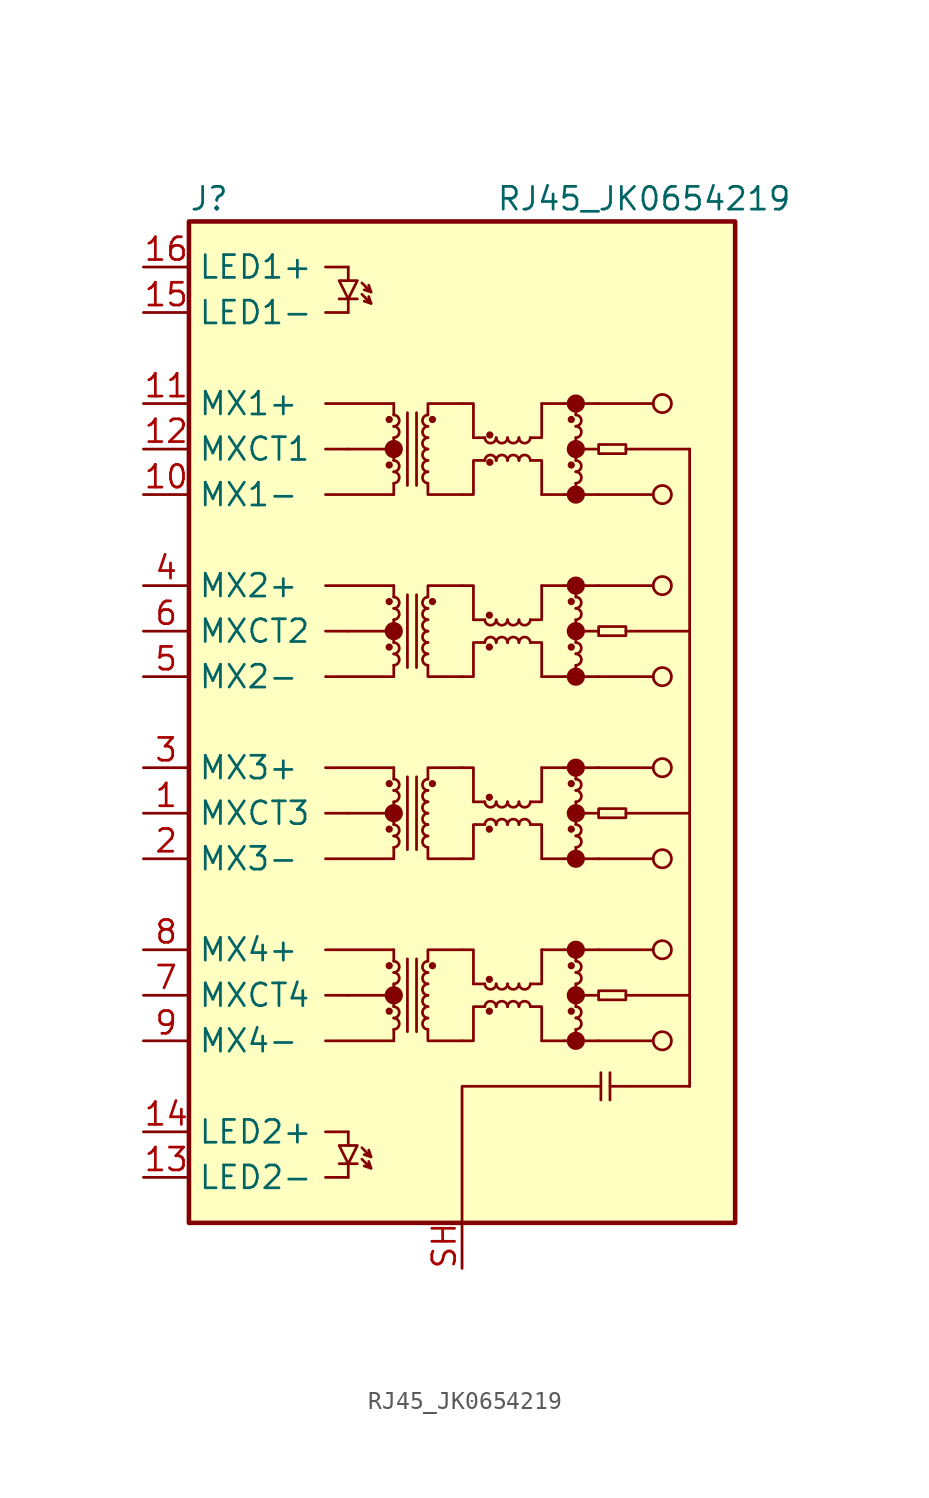
<source format=kicad_sym>
(kicad_symbol_lib
  (version 20241209)
  (generator "kicad_symbol_editor")
  (generator_version "9.0")
  (symbol "RJ45_JK0654219"
    (property "Reference" "J"
      (at -15.24 29.21 0)
      (effects (font (size 1.27 1.27)) (justify left)))
    (property "Value" "RJ45_JK0654219"
      (at 10.16 29.21 0)
      (effects (font (size 1.27 1.27))))
    (symbol "RJ45_JK0654219_0_0"
      (circle (center -3.81 15.24) (radius 0.0001) (stroke (width 0.508) (type default)) (fill (type none)))
      (circle (center -3.81 5.08) (radius 0.0001) (stroke (width 0.508) (type default)) (fill (type none)))
      (circle (center -3.81 -5.08) (radius 0.0001) (stroke (width 0.508) (type default)) (fill (type none)))
      (circle (center -3.81 -15.24) (radius 0.0001) (stroke (width 0.508) (type default)) (fill (type none)))
      (circle (center 6.35 17.78) (radius 0.0001) (stroke (width 0.508) (type default)) (fill (type none)))
      (circle (center 6.35 15.24) (radius 0.0001) (stroke (width 0.508) (type default)) (fill (type none)))
      (circle (center 6.35 12.7) (radius 0.0001) (stroke (width 0.508) (type default)) (fill (type none)))
      (circle (center 6.35 7.62) (radius 0.0001) (stroke (width 0.508) (type default)) (fill (type none)))
      (circle (center 6.35 5.08) (radius 0.0001) (stroke (width 0.508) (type default)) (fill (type none)))
      (circle (center 6.35 2.54) (radius 0.0001) (stroke (width 0.508) (type default)) (fill (type none)))
      (circle (center 6.35 -2.54) (radius 0.0001) (stroke (width 0.508) (type default)) (fill (type none)))
      (circle (center 6.35 -5.08) (radius 0.0001) (stroke (width 0.508) (type default)) (fill (type none)))
      (circle (center 6.35 -7.62) (radius 0.0001) (stroke (width 0.508) (type default)) (fill (type none)))
      (circle (center 6.35 -12.7) (radius 0.0001) (stroke (width 0.508) (type default)) (fill (type none)))
      (circle (center 6.35 -15.24) (radius 0.0001) (stroke (width 0.508) (type default)) (fill (type none)))
      (circle (center 6.35 -17.78) (radius 0.0001) (stroke (width 0.508) (type default)) (fill (type none))))
    (symbol "RJ45_JK0654219_0_1"
      (rectangle (start -15.24 27.94) (end 15.24 -27.94) (stroke (width 0.254) (type default)) (fill (type background)))
      (polyline (pts (xy -7.62 17.78) (xy -3.81 17.78)) (stroke (width 0) (type default)) (fill (type none)))
      (polyline (pts (xy -7.62 15.24) (xy -6.35 15.24)) (stroke (width 0) (type default)) (fill (type none)))
      (polyline (pts (xy -7.62 12.7) (xy -3.81 12.7)) (stroke (width 0) (type default)) (fill (type none)))
      (polyline (pts (xy -7.62 7.62) (xy -3.81 7.62)) (stroke (width 0) (type default)) (fill (type none)))
      (polyline (pts (xy -7.62 5.08) (xy -6.35 5.08)) (stroke (width 0) (type default)) (fill (type none)))
      (polyline (pts (xy -7.62 2.54) (xy -3.81 2.54)) (stroke (width 0) (type default)) (fill (type none)))
      (polyline (pts (xy -7.62 -2.54) (xy -3.81 -2.54)) (stroke (width 0) (type default)) (fill (type none)))
      (polyline (pts (xy -7.62 -5.08) (xy -6.35 -5.08)) (stroke (width 0) (type default)) (fill (type none)))
      (polyline (pts (xy -7.62 -7.62) (xy -3.81 -7.62)) (stroke (width 0) (type default)) (fill (type none)))
      (polyline (pts (xy -7.62 -12.7) (xy -3.81 -12.7)) (stroke (width 0) (type default)) (fill (type none)))
      (polyline (pts (xy -7.62 -15.24) (xy -6.35 -15.24)) (stroke (width 0) (type default)) (fill (type none)))
      (polyline (pts (xy -7.62 -17.78) (xy -3.81 -17.78)) (stroke (width 0) (type default)) (fill (type none)))
      (polyline (pts (xy -6.35 15.24) (xy -3.81 15.24)) (stroke (width 0) (type default)) (fill (type none)))
      (polyline (pts (xy -6.35 5.08) (xy -3.81 5.08)) (stroke (width 0) (type default)) (fill (type none)))
      (polyline (pts (xy -6.35 -5.08) (xy -3.81 -5.08)) (stroke (width 0) (type default)) (fill (type none)))
      (polyline (pts (xy -6.35 -15.24) (xy -3.81 -15.24)) (stroke (width 0) (type default)) (fill (type none)))
      (circle (center -4.064 16.891) (radius 0.127) (stroke (width 0) (type default)) (fill (type outline)))
      (circle (center -4.064 14.351) (radius 0.127) (stroke (width 0) (type default)) (fill (type outline)))
      (circle (center -4.064 6.731) (radius 0.127) (stroke (width 0) (type default)) (fill (type outline)))
      (circle (center -4.064 4.191) (radius 0.127) (stroke (width 0) (type default)) (fill (type outline)))
      (circle (center -4.064 -3.429) (radius 0.127) (stroke (width 0) (type default)) (fill (type outline)))
      (circle (center -4.064 -5.969) (radius 0.127) (stroke (width 0) (type default)) (fill (type outline)))
      (circle (center -4.064 -13.589) (radius 0.127) (stroke (width 0) (type default)) (fill (type outline)))
      (circle (center -4.064 -16.129) (radius 0.127) (stroke (width 0) (type default)) (fill (type outline)))
      (arc (start -3.81 17.145) (mid -3.5049 16.8275) (end -3.81 16.51) (stroke (width 0) (type default)) (fill (type none)))
      (arc (start -3.81 16.51) (mid -3.5049 16.1925) (end -3.81 15.875) (stroke (width 0) (type default)) (fill (type none)))
      (arc (start -3.81 14.605) (mid -3.5049 14.2875) (end -3.81 13.97) (stroke (width 0) (type default)) (fill (type none)))
      (arc (start -3.81 13.97) (mid -3.5049 13.6525) (end -3.81 13.335) (stroke (width 0) (type default)) (fill (type none)))
      (arc (start -3.81 6.985) (mid -3.5049 6.6675) (end -3.81 6.35) (stroke (width 0) (type default)) (fill (type none)))
      (arc (start -3.81 6.35) (mid -3.5049 6.0325) (end -3.81 5.715) (stroke (width 0) (type default)) (fill (type none)))
      (arc (start -3.81 4.445) (mid -3.5049 4.1275) (end -3.81 3.81) (stroke (width 0) (type default)) (fill (type none)))
      (arc (start -3.81 3.81) (mid -3.5049 3.4925) (end -3.81 3.175) (stroke (width 0) (type default)) (fill (type none)))
      (arc (start -3.81 -3.175) (mid -3.5049 -3.4925) (end -3.81 -3.81) (stroke (width 0) (type default)) (fill (type none)))
      (arc (start -3.81 -3.81) (mid -3.5049 -4.1275) (end -3.81 -4.445) (stroke (width 0) (type default)) (fill (type none)))
      (arc (start -3.81 -5.715) (mid -3.5049 -6.0325) (end -3.81 -6.35) (stroke (width 0) (type default)) (fill (type none)))
      (arc (start -3.81 -6.35) (mid -3.5049 -6.6675) (end -3.81 -6.985) (stroke (width 0) (type default)) (fill (type none)))
      (arc (start -3.81 -13.335) (mid -3.5049 -13.6525) (end -3.81 -13.97) (stroke (width 0) (type default)) (fill (type none)))
      (arc (start -3.81 -13.97) (mid -3.5049 -14.2875) (end -3.81 -14.605) (stroke (width 0) (type default)) (fill (type none)))
      (arc (start -3.81 -15.875) (mid -3.5049 -16.1925) (end -3.81 -16.51) (stroke (width 0) (type default)) (fill (type none)))
      (arc (start -3.81 -16.51) (mid -3.5049 -16.8275) (end -3.81 -17.145) (stroke (width 0) (type default)) (fill (type none)))
      (polyline (pts (xy -3.81 17.78) (xy -3.81 17.145)) (stroke (width 0) (type default)) (fill (type none)))
      (polyline (pts (xy -3.81 15.24) (xy -3.81 15.875)) (stroke (width 0) (type default)) (fill (type none)))
      (polyline (pts (xy -3.81 15.24) (xy -3.81 14.605)) (stroke (width 0) (type default)) (fill (type none)))
      (polyline (pts (xy -3.81 12.7) (xy -3.81 13.335)) (stroke (width 0) (type default)) (fill (type none)))
      (polyline (pts (xy -3.81 7.62) (xy -3.81 6.985)) (stroke (width 0) (type default)) (fill (type none)))
      (polyline (pts (xy -3.81 5.08) (xy -3.81 5.715)) (stroke (width 0) (type default)) (fill (type none)))
      (polyline (pts (xy -3.81 5.08) (xy -3.81 4.445)) (stroke (width 0) (type default)) (fill (type none)))
      (polyline (pts (xy -3.81 2.54) (xy -3.81 3.175)) (stroke (width 0) (type default)) (fill (type none)))
      (polyline (pts (xy -3.81 -2.54) (xy -3.81 -3.175)) (stroke (width 0) (type default)) (fill (type none)))
      (polyline (pts (xy -3.81 -5.08) (xy -3.81 -4.445)) (stroke (width 0) (type default)) (fill (type none)))
      (polyline (pts (xy -3.81 -5.08) (xy -3.81 -5.715)) (stroke (width 0) (type default)) (fill (type none)))
      (polyline (pts (xy -3.81 -7.62) (xy -3.81 -6.985)) (stroke (width 0) (type default)) (fill (type none)))
      (polyline (pts (xy -3.81 -12.7) (xy -3.81 -13.335)) (stroke (width 0) (type default)) (fill (type none)))
      (polyline (pts (xy -3.81 -15.24) (xy -3.81 -14.605)) (stroke (width 0) (type default)) (fill (type none)))
      (polyline (pts (xy -3.81 -15.24) (xy -3.81 -15.875)) (stroke (width 0) (type default)) (fill (type none)))
      (polyline (pts (xy -3.81 -17.78) (xy -3.81 -17.145)) (stroke (width 0) (type default)) (fill (type none)))
      (polyline (pts (xy -3.048 13.208) (xy -3.048 17.272)) (stroke (width 0) (type default)) (fill (type none)))
      (polyline (pts (xy -3.048 3.048) (xy -3.048 7.112)) (stroke (width 0) (type default)) (fill (type none)))
      (polyline (pts (xy -3.048 -7.112) (xy -3.048 -3.048)) (stroke (width 0) (type default)) (fill (type none)))
      (polyline (pts (xy -3.048 -17.272) (xy -3.048 -13.208)) (stroke (width 0) (type default)) (fill (type none)))
      (polyline (pts (xy -2.54 13.208) (xy -2.54 17.272)) (stroke (width 0) (type default)) (fill (type none)))
      (polyline (pts (xy -2.54 3.048) (xy -2.54 7.112)) (stroke (width 0) (type default)) (fill (type none)))
      (polyline (pts (xy -2.54 -7.112) (xy -2.54 -3.048)) (stroke (width 0) (type default)) (fill (type none)))
      (polyline (pts (xy -2.54 -17.272) (xy -2.54 -13.208)) (stroke (width 0) (type default)) (fill (type none)))
      (polyline (pts (xy -1.905 17.145) (xy -1.905 17.78) (xy 0 17.78)) (stroke (width 0) (type default)) (fill (type none)))
      (polyline (pts (xy -1.905 13.335) (xy -1.905 12.7) (xy 0 12.7)) (stroke (width 0) (type default)) (fill (type none)))
      (polyline (pts (xy -1.905 6.985) (xy -1.905 7.62) (xy 0 7.62)) (stroke (width 0) (type default)) (fill (type none)))
      (polyline (pts (xy -1.905 3.175) (xy -1.905 2.54) (xy 0 2.54)) (stroke (width 0) (type default)) (fill (type none)))
      (polyline (pts (xy -1.905 -3.175) (xy -1.905 -2.54) (xy 0 -2.54)) (stroke (width 0) (type default)) (fill (type none)))
      (polyline (pts (xy -1.905 -6.985) (xy -1.905 -7.62) (xy 0 -7.62)) (stroke (width 0) (type default)) (fill (type none)))
      (polyline (pts (xy -1.905 -13.335) (xy -1.905 -12.7) (xy 0 -12.7)) (stroke (width 0) (type default)) (fill (type none)))
      (polyline (pts (xy -1.905 -17.145) (xy -1.905 -17.78) (xy 0 -17.78)) (stroke (width 0) (type default)) (fill (type none)))
      (arc (start -1.905 16.51) (mid -2.2101 16.8275) (end -1.905 17.145) (stroke (width 0) (type default)) (fill (type none)))
      (arc (start -1.905 15.875) (mid -2.2101 16.1925) (end -1.905 16.51) (stroke (width 0) (type default)) (fill (type none)))
      (arc (start -1.905 15.24) (mid -2.2101 15.5575) (end -1.905 15.875) (stroke (width 0) (type default)) (fill (type none)))
      (arc (start -1.905 14.605) (mid -2.2101 14.9225) (end -1.905 15.24) (stroke (width 0) (type default)) (fill (type none)))
      (arc (start -1.905 13.97) (mid -2.2101 14.2875) (end -1.905 14.605) (stroke (width 0) (type default)) (fill (type none)))
      (arc (start -1.905 13.335) (mid -2.2101 13.6525) (end -1.905 13.97) (stroke (width 0) (type default)) (fill (type none)))
      (arc (start -1.905 6.35) (mid -2.2101 6.6675) (end -1.905 6.985) (stroke (width 0) (type default)) (fill (type none)))
      (arc (start -1.905 5.715) (mid -2.2101 6.0325) (end -1.905 6.35) (stroke (width 0) (type default)) (fill (type none)))
      (arc (start -1.905 5.08) (mid -2.2101 5.3975) (end -1.905 5.715) (stroke (width 0) (type default)) (fill (type none)))
      (arc (start -1.905 4.445) (mid -2.2101 4.7625) (end -1.905 5.08) (stroke (width 0) (type default)) (fill (type none)))
      (arc (start -1.905 3.81) (mid -2.2101 4.1275) (end -1.905 4.445) (stroke (width 0) (type default)) (fill (type none)))
      (arc (start -1.905 3.175) (mid -2.2101 3.4925) (end -1.905 3.81) (stroke (width 0) (type default)) (fill (type none)))
      (arc (start -1.905 -3.81) (mid -2.2101 -3.4925) (end -1.905 -3.175) (stroke (width 0) (type default)) (fill (type none)))
      (arc (start -1.905 -4.445) (mid -2.2101 -4.1275) (end -1.905 -3.81) (stroke (width 0) (type default)) (fill (type none)))
      (arc (start -1.905 -5.08) (mid -2.2101 -4.7625) (end -1.905 -4.445) (stroke (width 0) (type default)) (fill (type none)))
      (arc (start -1.905 -5.715) (mid -2.2101 -5.3975) (end -1.905 -5.08) (stroke (width 0) (type default)) (fill (type none)))
      (arc (start -1.905 -6.35) (mid -2.2101 -6.0325) (end -1.905 -5.715) (stroke (width 0) (type default)) (fill (type none)))
      (arc (start -1.905 -6.985) (mid -2.2101 -6.6675) (end -1.905 -6.35) (stroke (width 0) (type default)) (fill (type none)))
      (arc (start -1.905 -13.97) (mid -2.2101 -13.6525) (end -1.905 -13.335) (stroke (width 0) (type default)) (fill (type none)))
      (arc (start -1.905 -14.605) (mid -2.2101 -14.2875) (end -1.905 -13.97) (stroke (width 0) (type default)) (fill (type none)))
      (arc (start -1.905 -15.24) (mid -2.2101 -14.9225) (end -1.905 -14.605) (stroke (width 0) (type default)) (fill (type none)))
      (arc (start -1.905 -15.875) (mid -2.2101 -15.5575) (end -1.905 -15.24) (stroke (width 0) (type default)) (fill (type none)))
      (arc (start -1.905 -16.51) (mid -2.2101 -16.1925) (end -1.905 -15.875) (stroke (width 0) (type default)) (fill (type none)))
      (arc (start -1.905 -17.145) (mid -2.2101 -16.8275) (end -1.905 -16.51) (stroke (width 0) (type default)) (fill (type none)))
      (circle (center -1.651 16.891) (radius 0.127) (stroke (width 0) (type default)) (fill (type outline)))
      (circle (center -1.651 6.731) (radius 0.127) (stroke (width 0) (type default)) (fill (type outline)))
      (circle (center -1.651 -3.429) (radius 0.127) (stroke (width 0) (type default)) (fill (type outline)))
      (circle (center -1.651 -13.589) (radius 0.127) (stroke (width 0) (type default)) (fill (type outline)))
      (polyline (pts (xy 0 17.78) (xy 0.635 17.78) (xy 0.635 15.875)) (stroke (width 0) (type default)) (fill (type none)))
      (polyline (pts (xy 0 12.7) (xy 0.635 12.7) (xy 0.635 14.605) (xy 1.27 14.605)) (stroke (width 0) (type default)) (fill (type none)))
      (polyline (pts (xy 0 7.62) (xy 0.635 7.62) (xy 0.635 5.715)) (stroke (width 0) (type default)) (fill (type none)))
      (polyline (pts (xy 0 2.54) (xy 0.635 2.54) (xy 0.635 4.445) (xy 1.27 4.445)) (stroke (width 0) (type default)) (fill (type none)))
      (polyline (pts (xy 0 -2.54) (xy 0.635 -2.54) (xy 0.635 -4.445)) (stroke (width 0) (type default)) (fill (type none)))
      (polyline (pts (xy 0 -7.62) (xy 0.635 -7.62) (xy 0.635 -5.715) (xy 1.27 -5.715)) (stroke (width 0) (type default)) (fill (type none)))
      (polyline (pts (xy 0 -12.7) (xy 0.635 -12.7) (xy 0.635 -14.605)) (stroke (width 0) (type default)) (fill (type none)))
      (polyline (pts (xy 0 -17.78) (xy 0.635 -17.78) (xy 0.635 -15.875) (xy 1.27 -15.875)) (stroke (width 0) (type default)) (fill (type none)))
      (polyline (pts (xy 0.635 15.875) (xy 1.27 15.875)) (stroke (width 0) (type default)) (fill (type none)))
      (polyline (pts (xy 0.635 5.715) (xy 1.27 5.715)) (stroke (width 0) (type default)) (fill (type none)))
      (polyline (pts (xy 0.635 -4.445) (xy 1.27 -4.445)) (stroke (width 0) (type default)) (fill (type none)))
      (polyline (pts (xy 0.635 -14.605) (xy 1.27 -14.605)) (stroke (width 0) (type default)) (fill (type none)))
      (circle (center 1.524 5.969) (radius 0.127) (stroke (width 0) (type default)) (fill (type outline)))
      (circle (center 1.524 4.191) (radius 0.127) (stroke (width 0) (type default)) (fill (type outline)))
      (circle (center 1.524 -4.191) (radius 0.127) (stroke (width 0) (type default)) (fill (type outline)))
      (circle (center 1.524 -5.969) (radius 0.127) (stroke (width 0) (type default)) (fill (type outline)))
      (circle (center 1.524 -14.351) (radius 0.127) (stroke (width 0) (type default)) (fill (type outline)))
      (circle (center 1.524 -16.129) (radius 0.127) (stroke (width 0) (type default)) (fill (type outline)))
      (circle (center 1.549 16.027) (radius 0.127) (stroke (width 0) (type default)) (fill (type outline)))
      (circle (center 1.549 14.503) (radius 0.127) (stroke (width 0) (type default)) (fill (type outline)))
      (arc (start 1.905 15.875) (mid 1.5875 15.5699) (end 1.27 15.875) (stroke (width 0) (type default)) (fill (type none)))
      (arc (start 1.27 14.605) (mid 1.5875 14.9101) (end 1.905 14.605) (stroke (width 0) (type default)) (fill (type none)))
      (arc (start 1.905 5.715) (mid 1.5875 5.4099) (end 1.27 5.715) (stroke (width 0) (type default)) (fill (type none)))
      (arc (start 1.27 4.445) (mid 1.5875 4.7501) (end 1.905 4.445) (stroke (width 0) (type default)) (fill (type none)))
      (arc (start 1.905 -4.445) (mid 1.5875 -4.7501) (end 1.27 -4.445) (stroke (width 0) (type default)) (fill (type none)))
      (arc (start 1.27 -5.715) (mid 1.5875 -5.4099) (end 1.905 -5.715) (stroke (width 0) (type default)) (fill (type none)))
      (arc (start 1.905 -14.605) (mid 1.5875 -14.9101) (end 1.27 -14.605) (stroke (width 0) (type default)) (fill (type none)))
      (arc (start 1.27 -15.875) (mid 1.5875 -15.5699) (end 1.905 -15.875) (stroke (width 0) (type default)) (fill (type none)))
      (arc (start 2.54 15.875) (mid 2.2225 15.5699) (end 1.905 15.875) (stroke (width 0) (type default)) (fill (type none)))
      (arc (start 1.905 14.605) (mid 2.2225 14.9101) (end 2.54 14.605) (stroke (width 0) (type default)) (fill (type none)))
      (arc (start 2.54 5.715) (mid 2.2225 5.4099) (end 1.905 5.715) (stroke (width 0) (type default)) (fill (type none)))
      (arc (start 1.905 4.445) (mid 2.2225 4.7501) (end 2.54 4.445) (stroke (width 0) (type default)) (fill (type none)))
      (arc (start 2.54 -4.445) (mid 2.2225 -4.7501) (end 1.905 -4.445) (stroke (width 0) (type default)) (fill (type none)))
      (arc (start 1.905 -5.715) (mid 2.2225 -5.4099) (end 2.54 -5.715) (stroke (width 0) (type default)) (fill (type none)))
      (arc (start 2.54 -14.605) (mid 2.2225 -14.9101) (end 1.905 -14.605) (stroke (width 0) (type default)) (fill (type none)))
      (arc (start 1.905 -15.875) (mid 2.2225 -15.5699) (end 2.54 -15.875) (stroke (width 0) (type default)) (fill (type none)))
      (arc (start 3.175 15.875) (mid 2.8575 15.5699) (end 2.54 15.875) (stroke (width 0) (type default)) (fill (type none)))
      (arc (start 2.54 14.605) (mid 2.8575 14.9101) (end 3.175 14.605) (stroke (width 0) (type default)) (fill (type none)))
      (arc (start 3.175 5.715) (mid 2.8575 5.4099) (end 2.54 5.715) (stroke (width 0) (type default)) (fill (type none)))
      (arc (start 2.54 4.445) (mid 2.8575 4.7501) (end 3.175 4.445) (stroke (width 0) (type default)) (fill (type none)))
      (arc (start 3.175 -4.445) (mid 2.8575 -4.7501) (end 2.54 -4.445) (stroke (width 0) (type default)) (fill (type none)))
      (arc (start 2.54 -5.715) (mid 2.8575 -5.4099) (end 3.175 -5.715) (stroke (width 0) (type default)) (fill (type none)))
      (arc (start 3.175 -14.605) (mid 2.8575 -14.9101) (end 2.54 -14.605) (stroke (width 0) (type default)) (fill (type none)))
      (arc (start 2.54 -15.875) (mid 2.8575 -15.5699) (end 3.175 -15.875) (stroke (width 0) (type default)) (fill (type none)))
      (arc (start 3.81 15.875) (mid 3.4925 15.5699) (end 3.175 15.875) (stroke (width 0) (type default)) (fill (type none)))
      (arc (start 3.175 14.605) (mid 3.4925 14.9101) (end 3.81 14.605) (stroke (width 0) (type default)) (fill (type none)))
      (arc (start 3.81 5.715) (mid 3.4925 5.4099) (end 3.175 5.715) (stroke (width 0) (type default)) (fill (type none)))
      (arc (start 3.175 4.445) (mid 3.4925 4.7501) (end 3.81 4.445) (stroke (width 0) (type default)) (fill (type none)))
      (arc (start 3.81 -4.445) (mid 3.4925 -4.7501) (end 3.175 -4.445) (stroke (width 0) (type default)) (fill (type none)))
      (arc (start 3.175 -5.715) (mid 3.4925 -5.4099) (end 3.81 -5.715) (stroke (width 0) (type default)) (fill (type none)))
      (arc (start 3.81 -14.605) (mid 3.4925 -14.9101) (end 3.175 -14.605) (stroke (width 0) (type default)) (fill (type none)))
      (arc (start 3.175 -15.875) (mid 3.4925 -15.5699) (end 3.81 -15.875) (stroke (width 0) (type default)) (fill (type none)))
      (polyline (pts (xy 3.81 15.875) (xy 4.445 15.875) (xy 4.445 17.78)) (stroke (width 0) (type default)) (fill (type none)))
      (polyline (pts (xy 3.81 14.605) (xy 4.445 14.605) (xy 4.445 12.7)) (stroke (width 0) (type default)) (fill (type none)))
      (polyline (pts (xy 3.81 5.715) (xy 4.445 5.715) (xy 4.445 7.62)) (stroke (width 0) (type default)) (fill (type none)))
      (polyline (pts (xy 3.81 4.445) (xy 4.445 4.445) (xy 4.445 2.54)) (stroke (width 0) (type default)) (fill (type none)))
      (polyline (pts (xy 3.81 -4.445) (xy 4.445 -4.445) (xy 4.445 -2.54)) (stroke (width 0) (type default)) (fill (type none)))
      (polyline (pts (xy 3.81 -5.715) (xy 4.445 -5.715) (xy 4.445 -7.62)) (stroke (width 0) (type default)) (fill (type none)))
      (polyline (pts (xy 3.81 -14.605) (xy 4.445 -14.605) (xy 4.445 -12.7)) (stroke (width 0) (type default)) (fill (type none)))
      (polyline (pts (xy 3.81 -15.875) (xy 4.445 -15.875) (xy 4.445 -17.78)) (stroke (width 0) (type default)) (fill (type none)))
      (polyline (pts (xy 4.445 17.78) (xy 5.715 17.78)) (stroke (width 0) (type default)) (fill (type none)))
      (polyline (pts (xy 4.445 12.7) (xy 5.715 12.7)) (stroke (width 0) (type default)) (fill (type none)))
      (polyline (pts (xy 4.445 7.62) (xy 5.715 7.62)) (stroke (width 0) (type default)) (fill (type none)))
      (polyline (pts (xy 4.445 2.54) (xy 5.715 2.54)) (stroke (width 0) (type default)) (fill (type none)))
      (polyline (pts (xy 4.445 -2.54) (xy 5.715 -2.54)) (stroke (width 0) (type default)) (fill (type none)))
      (polyline (pts (xy 4.445 -7.62) (xy 5.715 -7.62)) (stroke (width 0) (type default)) (fill (type none)))
      (polyline (pts (xy 4.445 -12.7) (xy 5.715 -12.7)) (stroke (width 0) (type default)) (fill (type none)))
      (polyline (pts (xy 4.445 -17.78) (xy 5.715 -17.78)) (stroke (width 0) (type default)) (fill (type none)))
      (polyline (pts (xy 5.715 17.78) (xy 6.35 17.78) (xy 6.35 17.145)) (stroke (width 0) (type default)) (fill (type none)))
      (polyline (pts (xy 5.715 12.7) (xy 6.35 12.7) (xy 6.35 13.335)) (stroke (width 0) (type default)) (fill (type none)))
      (polyline (pts (xy 5.715 7.62) (xy 6.35 7.62) (xy 6.35 6.985)) (stroke (width 0) (type default)) (fill (type none)))
      (polyline (pts (xy 5.715 2.54) (xy 6.35 2.54) (xy 6.35 3.175)) (stroke (width 0) (type default)) (fill (type none)))
      (polyline (pts (xy 5.715 -2.54) (xy 6.35 -2.54) (xy 6.35 -3.175)) (stroke (width 0) (type default)) (fill (type none)))
      (polyline (pts (xy 5.715 -7.62) (xy 6.35 -7.62) (xy 6.35 -6.985)) (stroke (width 0) (type default)) (fill (type none)))
      (polyline (pts (xy 5.715 -12.7) (xy 6.35 -12.7) (xy 6.35 -13.335)) (stroke (width 0) (type default)) (fill (type none)))
      (polyline (pts (xy 5.715 -17.78) (xy 6.35 -17.78) (xy 6.35 -17.145)) (stroke (width 0) (type default)) (fill (type none)))
      (circle (center 6.096 16.891) (radius 0.127) (stroke (width 0) (type default)) (fill (type outline)))
      (circle (center 6.096 14.351) (radius 0.127) (stroke (width 0) (type default)) (fill (type outline)))
      (circle (center 6.096 6.731) (radius 0.127) (stroke (width 0) (type default)) (fill (type outline)))
      (circle (center 6.096 4.191) (radius 0.127) (stroke (width 0) (type default)) (fill (type outline)))
      (circle (center 6.096 -3.429) (radius 0.127) (stroke (width 0) (type default)) (fill (type outline)))
      (circle (center 6.096 -5.969) (radius 0.127) (stroke (width 0) (type default)) (fill (type outline)))
      (circle (center 6.096 -13.589) (radius 0.127) (stroke (width 0) (type default)) (fill (type outline)))
      (circle (center 6.096 -16.129) (radius 0.127) (stroke (width 0) (type default)) (fill (type outline)))
      (arc (start 6.35 17.145) (mid 6.6553 16.827) (end 6.35 16.51) (stroke (width 0) (type default)) (fill (type none)))
      (arc (start 6.35 16.51) (mid 6.6553 16.192) (end 6.35 15.875) (stroke (width 0) (type default)) (fill (type none)))
      (arc (start 6.35 14.605) (mid 6.6553 14.287) (end 6.35 13.97) (stroke (width 0) (type default)) (fill (type none)))
      (arc (start 6.35 13.97) (mid 6.6553 13.652) (end 6.35 13.335) (stroke (width 0) (type default)) (fill (type none)))
      (arc (start 6.35 6.985) (mid 6.6553 6.667) (end 6.35 6.35) (stroke (width 0) (type default)) (fill (type none)))
      (arc (start 6.35 6.35) (mid 6.6553 6.032) (end 6.35 5.715) (stroke (width 0) (type default)) (fill (type none)))
      (arc (start 6.35 4.445) (mid 6.6553 4.127) (end 6.35 3.81) (stroke (width 0) (type default)) (fill (type none)))
      (arc (start 6.35 3.81) (mid 6.6553 3.492) (end 6.35 3.175) (stroke (width 0) (type default)) (fill (type none)))
      (arc (start 6.35 -3.175) (mid 6.6553 -3.493) (end 6.35 -3.81) (stroke (width 0) (type default)) (fill (type none)))
      (arc (start 6.35 -3.81) (mid 6.6553 -4.128) (end 6.35 -4.445) (stroke (width 0) (type default)) (fill (type none)))
      (arc (start 6.35 -5.715) (mid 6.6553 -6.033) (end 6.35 -6.35) (stroke (width 0) (type default)) (fill (type none)))
      (arc (start 6.35 -6.35) (mid 6.6553 -6.668) (end 6.35 -6.985) (stroke (width 0) (type default)) (fill (type none)))
      (arc (start 6.35 -13.335) (mid 6.6553 -13.653) (end 6.35 -13.97) (stroke (width 0) (type default)) (fill (type none)))
      (arc (start 6.35 -13.97) (mid 6.6553 -14.288) (end 6.35 -14.605) (stroke (width 0) (type default)) (fill (type none)))
      (arc (start 6.35 -15.875) (mid 6.6553 -16.193) (end 6.35 -16.51) (stroke (width 0) (type default)) (fill (type none)))
      (arc (start 6.35 -16.51) (mid 6.6553 -16.828) (end 6.35 -17.145) (stroke (width 0) (type default)) (fill (type none)))
      (polyline (pts (xy 6.35 15.24) (xy 6.35 15.875)) (stroke (width 0) (type default)) (fill (type none)))
      (polyline (pts (xy 6.35 15.24) (xy 6.35 14.605)) (stroke (width 0) (type default)) (fill (type none)))
      (polyline (pts (xy 6.35 5.08) (xy 6.35 5.715)) (stroke (width 0) (type default)) (fill (type none)))
      (polyline (pts (xy 6.35 5.08) (xy 6.35 4.445)) (stroke (width 0) (type default)) (fill (type none)))
      (polyline (pts (xy 6.35 -5.08) (xy 6.35 -4.445)) (stroke (width 0) (type default)) (fill (type none)))
      (polyline (pts (xy 6.35 -5.08) (xy 6.35 -5.715)) (stroke (width 0) (type default)) (fill (type none)))
      (polyline (pts (xy 6.35 -15.24) (xy 6.35 -14.605)) (stroke (width 0) (type default)) (fill (type none)))
      (polyline (pts (xy 6.35 -15.24) (xy 6.35 -15.875)) (stroke (width 0) (type default)) (fill (type none)))
      (polyline (pts (xy 7.62 17.78) (xy 6.35 17.78)) (stroke (width 0) (type default)) (fill (type none)))
      (polyline (pts (xy 7.62 17.78) (xy 10.668 17.78)) (stroke (width 0) (type default)) (fill (type none)))
      (rectangle (start 7.62 15.494) (end 9.144 14.986) (stroke (width 0) (type default)) (fill (type none)))
      (polyline (pts (xy 7.62 15.24) (xy 6.35 15.24)) (stroke (width 0) (type default)) (fill (type none)))
      (polyline (pts (xy 7.62 12.7) (xy 6.35 12.7)) (stroke (width 0) (type default)) (fill (type none)))
      (polyline (pts (xy 7.62 12.7) (xy 10.668 12.7)) (stroke (width 0) (type default)) (fill (type none)))
      (polyline (pts (xy 7.62 7.62) (xy 6.35 7.62)) (stroke (width 0) (type default)) (fill (type none)))
      (polyline (pts (xy 7.62 7.62) (xy 10.668 7.62)) (stroke (width 0) (type default)) (fill (type none)))
      (rectangle (start 7.62 5.334) (end 9.144 4.826) (stroke (width 0) (type default)) (fill (type none)))
      (polyline (pts (xy 7.62 5.08) (xy 6.35 5.08)) (stroke (width 0) (type default)) (fill (type none)))
      (polyline (pts (xy 7.62 2.54) (xy 6.35 2.54)) (stroke (width 0) (type default)) (fill (type none)))
      (polyline (pts (xy 7.62 2.54) (xy 10.668 2.54)) (stroke (width 0) (type default)) (fill (type none)))
      (polyline (pts (xy 7.62 -2.54) (xy 6.35 -2.54)) (stroke (width 0) (type default)) (fill (type none)))
      (polyline (pts (xy 7.62 -2.54) (xy 10.668 -2.54)) (stroke (width 0) (type default)) (fill (type none)))
      (rectangle (start 7.62 -4.826) (end 9.144 -5.334) (stroke (width 0) (type default)) (fill (type none)))
      (polyline (pts (xy 7.62 -5.08) (xy 6.35 -5.08)) (stroke (width 0) (type default)) (fill (type none)))
      (polyline (pts (xy 7.62 -7.62) (xy 6.35 -7.62)) (stroke (width 0) (type default)) (fill (type none)))
      (polyline (pts (xy 7.62 -7.62) (xy 10.668 -7.62)) (stroke (width 0) (type default)) (fill (type none)))
      (polyline (pts (xy 7.62 -12.7) (xy 6.35 -12.7)) (stroke (width 0) (type default)) (fill (type none)))
      (polyline (pts (xy 7.62 -12.7) (xy 10.668 -12.7)) (stroke (width 0) (type default)) (fill (type none)))
      (rectangle (start 7.62 -14.986) (end 9.144 -15.494) (stroke (width 0) (type default)) (fill (type none)))
      (polyline (pts (xy 7.62 -15.24) (xy 6.35 -15.24)) (stroke (width 0) (type default)) (fill (type none)))
      (polyline (pts (xy 7.62 -17.78) (xy 6.35 -17.78)) (stroke (width 0) (type default)) (fill (type none)))
      (polyline (pts (xy 7.62 -17.78) (xy 10.668 -17.78)) (stroke (width 0) (type default)) (fill (type none)))
      (polyline (pts (xy 7.747 -19.558) (xy 7.747 -21.082)) (stroke (width 0.152) (type default)) (fill (type none)))
      (polyline (pts (xy 7.747 -20.32) (xy 0 -20.32) (xy 0 -27.94)) (stroke (width 0) (type default)) (fill (type none)))
      (polyline (pts (xy 8.255 -19.558) (xy 8.255 -21.082)) (stroke (width 0.152) (type default)) (fill (type none)))
      (polyline (pts (xy 8.255 -20.32) (xy 12.7 -20.32)) (stroke (width 0) (type default)) (fill (type none)))
      (polyline (pts (xy 9.144 5.08) (xy 12.7 5.08)) (stroke (width 0) (type default)) (fill (type none)))
      (polyline (pts (xy 9.144 -5.08) (xy 12.7 -5.08)) (stroke (width 0) (type default)) (fill (type none)))
      (polyline (pts (xy 9.144 -15.24) (xy 12.7 -15.24)) (stroke (width 0) (type default)) (fill (type none)))
      (circle (center 11.176 17.78) (radius 0.508) (stroke (width 0) (type default)) (fill (type none)))
      (circle (center 11.176 12.7) (radius 0.508) (stroke (width 0) (type default)) (fill (type none)))
      (circle (center 11.176 7.62) (radius 0.508) (stroke (width 0) (type default)) (fill (type none)))
      (circle (center 11.176 2.54) (radius 0.508) (stroke (width 0) (type default)) (fill (type none)))
      (circle (center 11.176 -2.54) (radius 0.508) (stroke (width 0) (type default)) (fill (type none)))
      (circle (center 11.176 -7.62) (radius 0.508) (stroke (width 0) (type default)) (fill (type none)))
      (circle (center 11.176 -12.7) (radius 0.508) (stroke (width 0) (type default)) (fill (type none)))
      (circle (center 11.176 -17.78) (radius 0.508) (stroke (width 0) (type default)) (fill (type none)))
      (polyline (pts (xy 12.7 15.24) (xy 9.144 15.24)) (stroke (width 0) (type default)) (fill (type none)))
      (polyline (pts (xy 12.7 -20.32) (xy 12.7 15.24)) (stroke (width 0) (type default)) (fill (type none))))
    (symbol "RJ45_JK0654219_1_1"
      (polyline (pts (xy -7.62 25.4) (xy -6.35 25.4)) (stroke (width 0) (type default)) (fill (type none)))
      (polyline (pts (xy -7.62 22.86) (xy -6.35 22.86)) (stroke (width 0) (type default)) (fill (type none)))
      (polyline (pts (xy -7.62 -22.86) (xy -6.35 -22.86)) (stroke (width 0) (type default)) (fill (type none)))
      (polyline (pts (xy -7.62 -25.4) (xy -6.35 -25.4)) (stroke (width 0) (type default)) (fill (type none)))
      (polyline (pts (xy -6.858 23.622) (xy -5.842 23.622)) (stroke (width 0) (type default)) (fill (type none)))
      (polyline (pts (xy -6.858 -24.638) (xy -5.842 -24.638)) (stroke (width 0) (type default)) (fill (type none)))
      (polyline (pts (xy -6.35 25.4) (xy -6.35 24.638)) (stroke (width 0) (type default)) (fill (type none)))
      (polyline (pts (xy -6.35 23.622) (xy -6.858 24.638) (xy -5.842 24.638) (xy -6.35 23.622)) (stroke (width 0) (type default)) (fill (type none)))
      (polyline (pts (xy -6.35 22.86) (xy -6.35 23.622)) (stroke (width 0) (type default)) (fill (type none)))
      (polyline (pts (xy -6.35 -22.86) (xy -6.35 -23.622)) (stroke (width 0) (type default)) (fill (type none)))
      (polyline (pts (xy -6.35 -24.638) (xy -6.858 -23.622) (xy -5.842 -23.622) (xy -6.35 -24.638)) (stroke (width 0) (type default)) (fill (type none)))
      (polyline (pts (xy -6.35 -25.4) (xy -6.35 -24.638)) (stroke (width 0) (type default)) (fill (type none)))
      (polyline (pts (xy -5.588 24.511) (xy -5.08 24.003) (xy -5.461 24.13)) (stroke (width 0) (type default)) (fill (type none)))
      (polyline (pts (xy -5.588 23.876) (xy -5.08 23.368) (xy -5.461 23.495)) (stroke (width 0) (type default)) (fill (type none)))
      (polyline (pts (xy -5.588 -23.749) (xy -5.08 -24.257) (xy -5.461 -24.13)) (stroke (width 0) (type default)) (fill (type none)))
      (polyline (pts (xy -5.588 -24.384) (xy -5.08 -24.892) (xy -5.461 -24.765)) (stroke (width 0) (type default)) (fill (type none)))
      (polyline (pts (xy -5.08 24.003) (xy -5.207 24.384)) (stroke (width 0) (type default)) (fill (type none)))
      (polyline (pts (xy -5.08 23.368) (xy -5.207 23.749)) (stroke (width 0) (type default)) (fill (type none)))
      (polyline (pts (xy -5.08 -24.257) (xy -5.207 -23.876)) (stroke (width 0) (type default)) (fill (type none)))
      (polyline (pts (xy -5.08 -24.892) (xy -5.207 -24.511)) (stroke (width 0) (type default)) (fill (type none)))
      (pin passive line (at -17.78 25.4 0) (length 2.54) (name "LED1+" (effects (font (size 1.27 1.27)))) (number "16" (effects (font (size 1.27 1.27)))))
      (pin passive line (at -17.78 22.86 0) (length 2.54) (name "LED1-" (effects (font (size 1.27 1.27)))) (number "15" (effects (font (size 1.27 1.27)))))
      (pin passive line (at -17.78 17.78 0) (length 2.54) (name "MX1+" (effects (font (size 1.27 1.27)))) (number "11" (effects (font (size 1.27 1.27)))))
      (pin passive line (at -17.78 15.24 0) (length 2.54) (name "MXCT1" (effects (font (size 1.27 1.27)))) (number "12" (effects (font (size 1.27 1.27)))))
      (pin passive line (at -17.78 12.7 0) (length 2.54) (name "MX1-" (effects (font (size 1.27 1.27)))) (number "10" (effects (font (size 1.27 1.27)))))
      (pin passive line (at -17.78 7.62 0) (length 2.54) (name "MX2+" (effects (font (size 1.27 1.27)))) (number "4" (effects (font (size 1.27 1.27)))))
      (pin passive line (at -17.78 5.08 0) (length 2.54) (name "MXCT2" (effects (font (size 1.27 1.27)))) (number "6" (effects (font (size 1.27 1.27)))))
      (pin passive line (at -17.78 2.54 0) (length 2.54) (name "MX2-" (effects (font (size 1.27 1.27)))) (number "5" (effects (font (size 1.27 1.27)))))
      (pin passive line (at -17.78 -2.54 0) (length 2.54) (name "MX3+" (effects (font (size 1.27 1.27)))) (number "3" (effects (font (size 1.27 1.27)))))
      (pin passive line (at -17.78 -5.08 0) (length 2.54) (name "MXCT3" (effects (font (size 1.27 1.27)))) (number "1" (effects (font (size 1.27 1.27)))))
      (pin passive line (at -17.78 -7.62 0) (length 2.54) (name "MX3-" (effects (font (size 1.27 1.27)))) (number "2" (effects (font (size 1.27 1.27)))))
      (pin passive line (at -17.78 -12.7 0) (length 2.54) (name "MX4+" (effects (font (size 1.27 1.27)))) (number "8" (effects (font (size 1.27 1.27)))))
      (pin passive line (at -17.78 -15.24 0) (length 2.54) (name "MXCT4" (effects (font (size 1.27 1.27)))) (number "7" (effects (font (size 1.27 1.27)))))
      (pin passive line (at -17.78 -17.78 0) (length 2.54) (name "MX4-" (effects (font (size 1.27 1.27)))) (number "9" (effects (font (size 1.27 1.27)))))
      (pin passive line (at -17.78 -22.86 0) (length 2.54) (name "LED2+" (effects (font (size 1.27 1.27)))) (number "14" (effects (font (size 1.27 1.27)))))
      (pin passive line (at -17.78 -25.4 0) (length 2.54) (name "LED2-" (effects (font (size 1.27 1.27)))) (number "13" (effects (font (size 1.27 1.27)))))
      (pin passive line (at 0 -30.48 90) (length 2.54) (name "~" (effects (font (size 1.27 1.27)))) (number "SH" (effects (font (size 1.27 1.27))))))))
</source>
